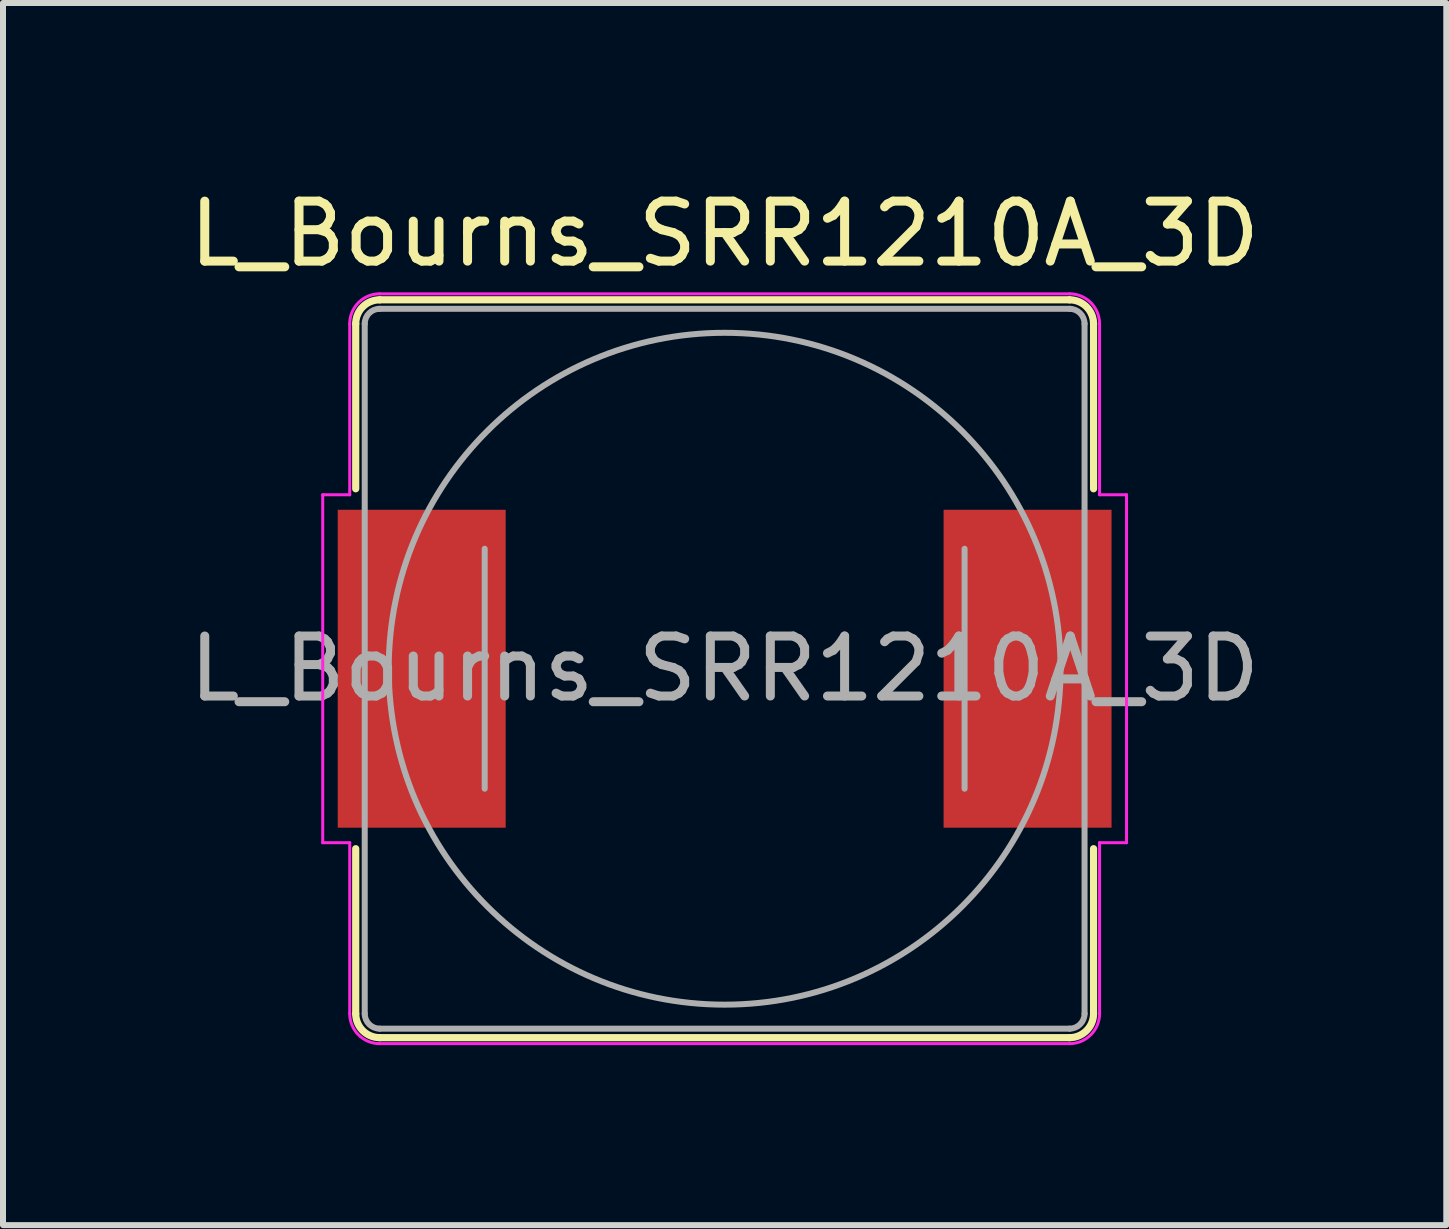
<source format=kicad_pcb>
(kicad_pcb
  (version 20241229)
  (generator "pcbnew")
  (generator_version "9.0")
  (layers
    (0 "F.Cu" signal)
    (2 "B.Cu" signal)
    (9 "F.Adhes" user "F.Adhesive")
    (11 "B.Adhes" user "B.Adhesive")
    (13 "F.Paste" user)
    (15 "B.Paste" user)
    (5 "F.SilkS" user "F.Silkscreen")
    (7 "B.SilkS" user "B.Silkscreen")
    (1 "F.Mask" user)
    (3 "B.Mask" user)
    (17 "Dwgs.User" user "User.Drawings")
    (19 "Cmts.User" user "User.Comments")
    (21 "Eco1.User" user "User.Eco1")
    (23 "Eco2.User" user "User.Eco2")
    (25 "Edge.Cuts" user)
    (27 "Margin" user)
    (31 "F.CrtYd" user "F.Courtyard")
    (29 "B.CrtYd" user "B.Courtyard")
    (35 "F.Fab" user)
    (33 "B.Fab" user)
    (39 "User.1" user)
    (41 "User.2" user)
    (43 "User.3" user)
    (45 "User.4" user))
  (footprint "L_Bourns_SRR1210A_3D"
    (layer "F.Cu")
    (at 9.03 8.098)
    (property "Reference" "L_Bourns_SRR1210A_3D" (at 0 -7.25 0) (layer "F.SilkS") (effects (font (size 1 1) (thickness 0.15))))
    (attr smd)
    (fp_line (start -6.15 -5.75) (end -6.15 -3) (stroke (width 0.12) (type solid)) (layer "F.SilkS"))
    (fp_line (start -6.15 3) (end -6.15 5.75) (stroke (width 0.12) (type solid)) (layer "F.SilkS"))
    (fp_line (start -5.75 -6.15) (end 5.75 -6.15) (stroke (width 0.12) (type solid)) (layer "F.SilkS"))
    (fp_line (start 5.75 6.15) (end -5.75 6.15) (stroke (width 0.12) (type solid)) (layer "F.SilkS"))
    (fp_line (start 6.15 -5.75) (end 6.15 -3) (stroke (width 0.12) (type solid)) (layer "F.SilkS"))
    (fp_line (start 6.15 3) (end 6.15 5.75) (stroke (width 0.12) (type solid)) (layer "F.SilkS"))
    (fp_arc (start -6.15 -5.75) (mid -6.032843 -6.032843) (end -5.75 -6.15) (stroke (width 0.12) (type solid)) (layer "F.SilkS"))
    (fp_arc (start -5.75 6.15) (mid -6.032843 6.032843) (end -6.15 5.75) (stroke (width 0.12) (type solid)) (layer "F.SilkS"))
    (fp_arc (start 5.75 -6.15) (mid 6.032843 -6.032843) (end 6.15 -5.75) (stroke (width 0.12) (type solid)) (layer "F.SilkS"))
    (fp_arc (start 6.15 5.75) (mid 6.032843 6.032843) (end 5.75 6.15) (stroke (width 0.12) (type solid)) (layer "F.SilkS"))
    (fp_line (start -6.7 -2.9) (end -6.7 2.9) (stroke (width 0.05) (type solid)) (layer "F.CrtYd"))
    (fp_line (start -6.7 -2.9) (end -6.25 -2.9) (stroke (width 0.05) (type solid)) (layer "F.CrtYd"))
    (fp_line (start -6.25 -5.75) (end -6.25 -2.9) (stroke (width 0.05) (type solid)) (layer "F.CrtYd"))
    (fp_line (start -6.25 2.9) (end -6.7 2.9) (stroke (width 0.05) (type solid)) (layer "F.CrtYd"))
    (fp_line (start -6.25 5.75) (end -6.25 2.9) (stroke (width 0.05) (type solid)) (layer "F.CrtYd"))
    (fp_line (start -5.75 -6.25) (end 5.75 -6.25) (stroke (width 0.05) (type solid)) (layer "F.CrtYd"))
    (fp_line (start 5.75 6.25) (end -5.75 6.25) (stroke (width 0.05) (type solid)) (layer "F.CrtYd"))
    (fp_line (start 6.25 -5.75) (end 6.25 -2.9) (stroke (width 0.05) (type solid)) (layer "F.CrtYd"))
    (fp_line (start 6.25 2.9) (end 6.25 5.75) (stroke (width 0.05) (type solid)) (layer "F.CrtYd"))
    (fp_line (start 6.7 -2.9) (end 6.25 -2.9) (stroke (width 0.05) (type solid)) (layer "F.CrtYd"))
    (fp_line (start 6.7 -2.9) (end 6.7 2.9) (stroke (width 0.05) (type solid)) (layer "F.CrtYd"))
    (fp_line (start 6.7 2.9) (end 6.25 2.9) (stroke (width 0.05) (type solid)) (layer "F.CrtYd"))
    (fp_arc (start -6.25 -5.75) (mid -6.103553 -6.103553) (end -5.75 -6.25) (stroke (width 0.05) (type solid)) (layer "F.CrtYd"))
    (fp_arc (start -5.75 6.25) (mid -6.103553 6.103553) (end -6.25 5.75) (stroke (width 0.05) (type solid)) (layer "F.CrtYd"))
    (fp_arc (start 5.75 -6.25) (mid 6.103553 -6.103553) (end 6.25 -5.75) (stroke (width 0.05) (type solid)) (layer "F.CrtYd"))
    (fp_arc (start 6.25 5.75) (mid 6.103553 6.103553) (end 5.75 6.25) (stroke (width 0.05) (type solid)) (layer "F.CrtYd"))
    (fp_line (start -6 -5.75) (end -6 5.75) (stroke (width 0.1) (type solid)) (layer "F.Fab"))
    (fp_line (start -5.75 -6) (end 5.75 -6) (stroke (width 0.1) (type solid)) (layer "F.Fab"))
    (fp_line (start -4 2) (end -4 -2) (stroke (width 0.1) (type solid)) (layer "F.Fab"))
    (fp_line (start 4 -2) (end 4 2) (stroke (width 0.1) (type solid)) (layer "F.Fab"))
    (fp_line (start 5.75 6) (end -5.75 6) (stroke (width 0.1) (type solid)) (layer "F.Fab"))
    (fp_line (start 6 -5.75) (end 6 5.75) (stroke (width 0.1) (type solid)) (layer "F.Fab"))
    (fp_arc (start -6 -5.75) (mid -5.926777 -5.926777) (end -5.75 -6) (stroke (width 0.1) (type solid)) (layer "F.Fab"))
    (fp_arc (start -5.75 6) (mid -5.926777 5.926777) (end -6 5.75) (stroke (width 0.1) (type solid)) (layer "F.Fab"))
    (fp_arc (start 5.75 -6) (mid 5.926777 -5.926777) (end 6 -5.75) (stroke (width 0.1) (type solid)) (layer "F.Fab"))
    (fp_arc (start 6 5.75) (mid 5.926777 5.926777) (end 5.75 6) (stroke (width 0.1) (type solid)) (layer "F.Fab"))
    (fp_circle (center 0 0) (end 0 -5.6) (stroke (width 0.1) (type solid)) (fill no) (layer "F.Fab"))
    (fp_text user "${REFERENCE}" (at 0 0 0) (layer "F.Fab") (effects (font (size 1 1) (thickness 0.15))))
    (pad "1" smd rect (at -5.05 0) (size 2.8 5.3) (layers "F.Cu" "F.Mask" "F.Paste"))
    (pad "2" smd rect (at 5.05 0) (size 2.8 5.3) (layers "F.Cu" "F.Mask" "F.Paste")))
  (gr_rect
    (start -3 -3)
    (end 21.06 17.373)
    (stroke (width 0.1) (type default))
    (fill no)
    (layer "Edge.Cuts")))
</source>
